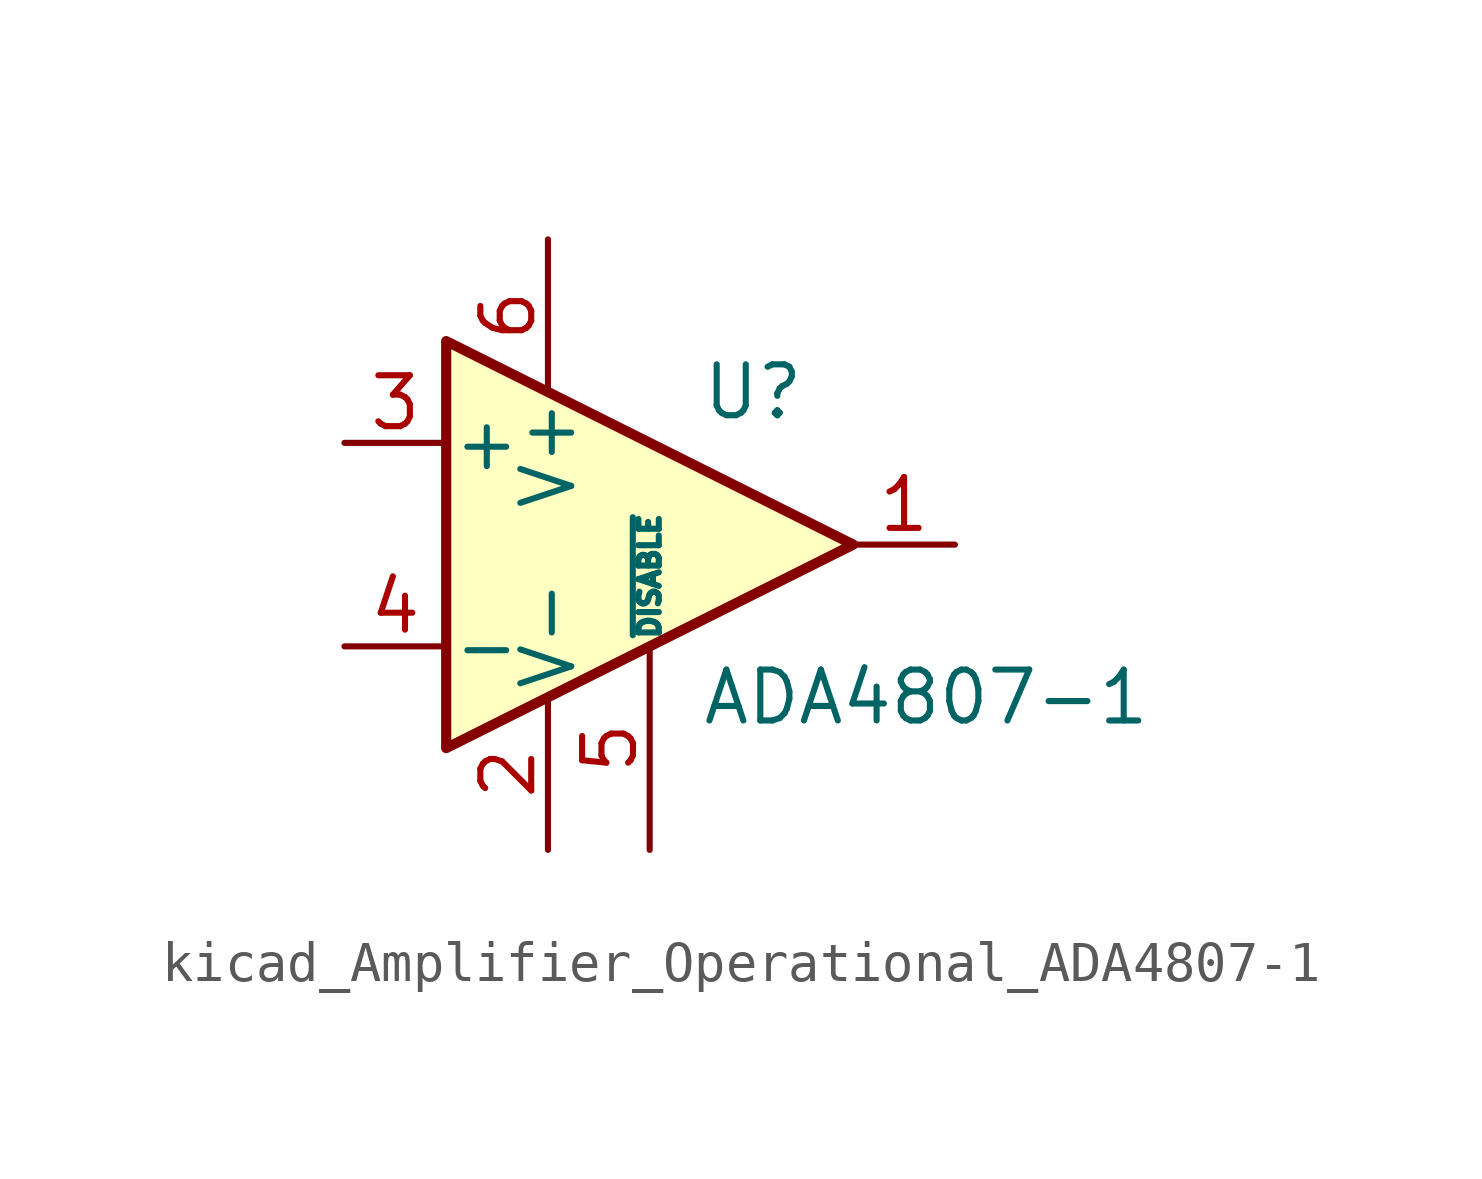
<source format=kicad_sym>
(kicad_symbol_lib
  (version 20220914)
  (generator kicad_symbol_editor)
  (symbol "kicad_Amplifier_Operational_ADA4807-1"
    (pin_names
      (offset 0.127))
    (property "Reference" "U"
      (at 1.27 3.81 0)
      (effects (font (size 1.27 1.27)) (justify left)))
    (property "Value" "ADA4807-1"
      (at 1.27 -3.81 0)
      (effects (font (size 1.27 1.27)) (justify left)))
    (symbol "kicad_Amplifier_Operational_ADA4807-1_0_1"
      (polyline (pts (xy -5.08 5.08) (xy 5.08 0) (xy -5.08 -5.08) (xy -5.08 5.08)) (stroke (width 0.254) (type default)) (fill (type background))))
    (symbol "kicad_Amplifier_Operational_ADA4807-1_1_1"
      (pin output line (at 7.62 0 180) (length 2.54) (name "~" (effects (font (size 1.27 1.27)))) (number "1" (effects (font (size 1.27 1.27)))))
      (pin power_in line (at -2.54 -7.62 90) (length 3.81) (name "V-" (effects (font (size 1.27 1.27)))) (number "2" (effects (font (size 1.27 1.27)))))
      (pin input line (at -7.62 2.54 0) (length 2.54) (name "+" (effects (font (size 1.27 1.27)))) (number "3" (effects (font (size 1.27 1.27)))))
      (pin input line (at -7.62 -2.54 0) (length 2.54) (name "-" (effects (font (size 1.27 1.27)))) (number "4" (effects (font (size 1.27 1.27)))))
      (pin input line (at 0 -7.62 90) (length 5.08) (name "~{DISABLE}" (effects (font (size 0.508 0.508)))) (number "5" (effects (font (size 1.27 1.27)))))
      (pin power_in line (at -2.54 7.62 270) (length 3.81) (name "V+" (effects (font (size 1.27 1.27)))) (number "6" (effects (font (size 1.27 1.27))))))))
</source>
